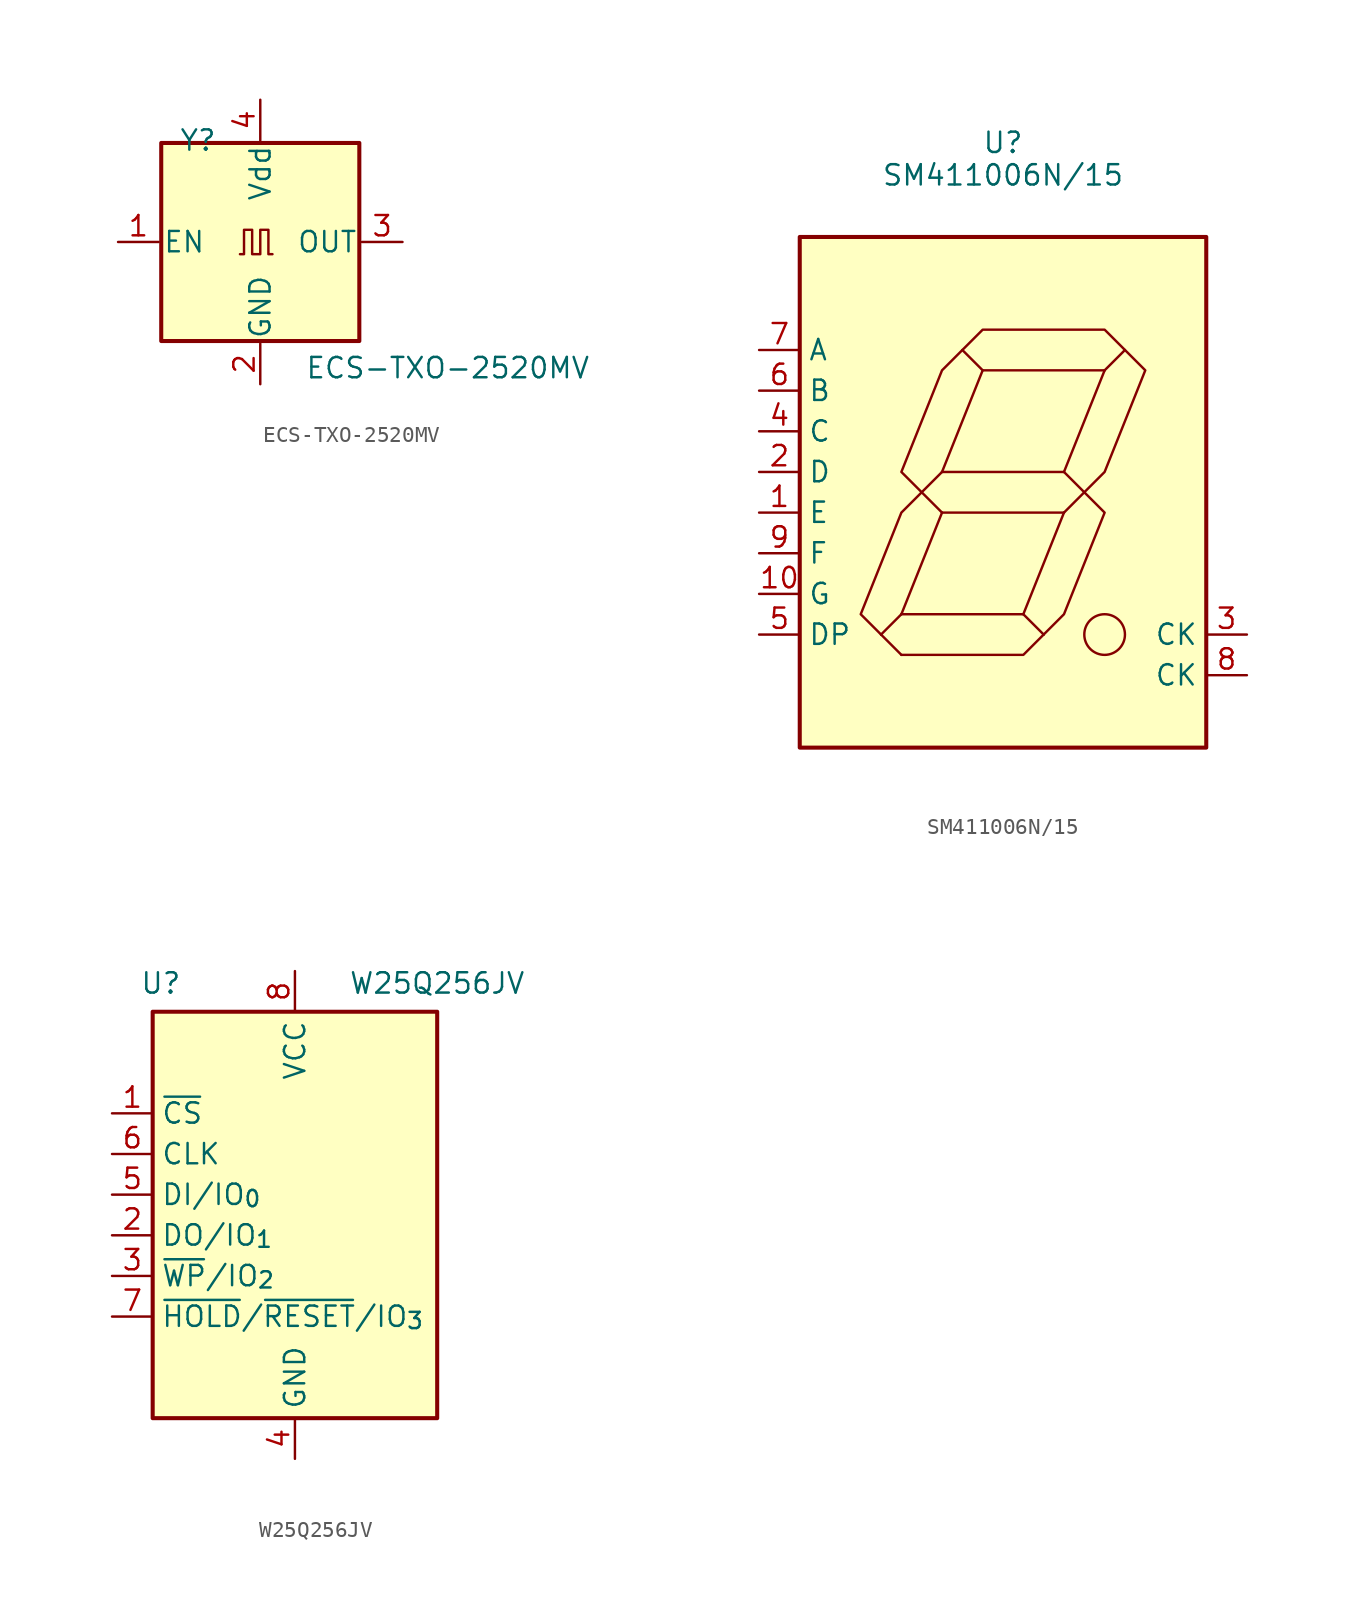
<source format=kicad_sym>
(kicad_symbol_lib
  (version 20241209)
  (generator "kicad_symbol_editor")
  (generator_version "9.0")
  (symbol "ECS-TXO-2520MV"
    (pin_names
      (offset 0.254))
    (property "Reference" "Y"
      (at -5.08 6.35 0)
      (effects (font (size 1.27 1.27)) (justify left)))
    (property "Value" "ECS-TXO-2520MV"
      (at 2.794 -7.874 0)
      (effects (font (size 1.27 1.27)) (justify left)))
    (symbol "ECS-TXO-2520MV_0_1"
      (rectangle (start -6.191 6.191) (end 6.191 -6.191) (stroke (width 0.254) (type default)) (fill (type background)))
      (polyline (pts (xy -1.27 -0.762) (xy -1.016 -0.762) (xy -1.016 0.762) (xy -0.508 0.762) (xy -0.508 -0.762) (xy 0 -0.762) (xy 0 0.762) (xy 0.508 0.762) (xy 0.508 -0.762) (xy 0.762 -0.762)) (stroke (width 0) (type default)) (fill (type none))))
    (symbol "ECS-TXO-2520MV_1_1"
      (pin input line (at -8.89 0 0) (length 2.54) (name "EN" (effects (font (size 1.27 1.27)))) (number "1" (effects (font (size 1.27 1.27)))))
      (pin power_in line (at 0 8.89 270) (length 2.54) (name "Vdd" (effects (font (size 1.27 1.27)))) (number "4" (effects (font (size 1.27 1.27)))))
      (pin power_in line (at 0 -8.89 90) (length 2.54) (name "GND" (effects (font (size 1.27 1.27)))) (number "2" (effects (font (size 1.27 1.27)))))
      (pin output line (at 8.89 0 180) (length 2.54) (name "OUT" (effects (font (size 1.27 1.27)))) (number "3" (effects (font (size 1.27 1.27)))))))
  (symbol "SM411006N/15"
    (property "Reference" "U"
      (at 0 21.844 0)
      (effects (font (size 1.27 1.27))))
    (property "Value" "SM411006N/15"
      (at 0 19.812 0)
      (effects (font (size 1.27 1.27))))
    (symbol "SM411006N/15_0_1"
      (polyline (pts (xy -7.62 -8.89) (xy -6.35 -7.62)) (stroke (width 0) (type default)) (fill (type none)))
      (polyline (pts (xy -7.62 -8.89) (xy -6.35 -10.16)) (stroke (width 0) (type default)) (fill (type none)))
      (polyline (pts (xy -6.35 -7.62) (xy -3.81 -1.27)) (stroke (width 0) (type default)) (fill (type none)))
      (polyline (pts (xy -6.35 -7.62) (xy 1.27 -7.62)) (stroke (width 0) (type default)) (fill (type none)))
      (polyline (pts (xy -6.35 -10.16) (xy 1.27 -10.16) (xy 2.54 -8.89)) (stroke (width 0) (type default)) (fill (type none)))
      (polyline (pts (xy -5.08 0) (xy -6.35 -1.27) (xy -8.89 -7.62) (xy -7.62 -8.89)) (stroke (width 0) (type default)) (fill (type none)))
      (polyline (pts (xy -3.81 1.27) (xy -5.08 0)) (stroke (width 0) (type default)) (fill (type none)))
      (polyline (pts (xy -3.81 1.27) (xy 3.81 1.27)) (stroke (width 0) (type default)) (fill (type none)))
      (polyline (pts (xy -3.81 -1.27) (xy -5.08 0)) (stroke (width 0) (type default)) (fill (type none)))
      (polyline (pts (xy -3.81 -1.27) (xy 3.81 -1.27)) (stroke (width 0) (type default)) (fill (type none)))
      (polyline (pts (xy -2.54 8.89) (xy -3.81 7.62) (xy -6.35 1.27) (xy -5.08 0)) (stroke (width 0) (type default)) (fill (type none)))
      (polyline (pts (xy 1.27 -7.62) (xy 2.54 -8.89)) (stroke (width 0) (type default)) (fill (type none)))
      (polyline (pts (xy 2.54 -8.89) (xy 3.81 -7.62) (xy 6.35 -1.27) (xy 5.08 0)) (stroke (width 0) (type default)) (fill (type none)))
      (polyline (pts (xy 3.81 1.27) (xy 5.08 0)) (stroke (width 0) (type default)) (fill (type none)))
      (polyline (pts (xy 3.81 -1.27) (xy 1.27 -7.62)) (stroke (width 0) (type default)) (fill (type none)))
      (polyline (pts (xy 5.08 0) (xy 3.81 -1.27)) (stroke (width 0) (type default)) (fill (type none)))
      (polyline (pts (xy 5.08 0) (xy 6.35 1.27) (xy 8.89 7.62) (xy 7.62 8.89)) (stroke (width 0) (type default)) (fill (type none)))
      (polyline (pts (xy 6.35 7.62) (xy 3.81 1.27)) (stroke (width 0) (type default)) (fill (type none)))
      (polyline (pts (xy 6.35 7.62) (xy -1.27 7.62) (xy -3.81 1.27)) (stroke (width 0) (type default)) (fill (type none)))
      (polyline (pts (xy 6.35 7.62) (xy 7.62 8.89) (xy 6.35 10.16) (xy -1.27 10.16) (xy -2.54 8.89) (xy -1.27 7.62)) (stroke (width 0) (type default)) (fill (type none)))
      (circle (center 6.35 -8.89) (radius 1.27) (stroke (width 0) (type default)) (fill (type none))))
    (symbol "SM411006N/15_1_1"
      (rectangle (start -12.7 15.954) (end 12.7 -15.954) (stroke (width 0.254) (type solid)) (fill (type color) (color 255 255 194 1)))
      (pin input line (at -15.24 8.89 0) (length 2.54) (name "A" (effects (font (size 1.27 1.27)))) (number "7" (effects (font (size 1.27 1.27)))))
      (pin input line (at -15.24 6.35 0) (length 2.54) (name "B" (effects (font (size 1.27 1.27)))) (number "6" (effects (font (size 1.27 1.27)))))
      (pin input line (at -15.24 3.81 0) (length 2.54) (name "C" (effects (font (size 1.27 1.27)))) (number "4" (effects (font (size 1.27 1.27)))))
      (pin input line (at -15.24 1.27 0) (length 2.54) (name "D" (effects (font (size 1.27 1.27)))) (number "2" (effects (font (size 1.27 1.27)))))
      (pin input line (at -15.24 -1.27 0) (length 2.54) (name "E" (effects (font (size 1.27 1.27)))) (number "1" (effects (font (size 1.27 1.27)))))
      (pin input line (at -15.24 -3.81 0) (length 2.54) (name "F" (effects (font (size 1.27 1.27)))) (number "9" (effects (font (size 1.27 1.27)))))
      (pin input line (at -15.24 -6.35 0) (length 2.54) (name "G" (effects (font (size 1.27 1.27)))) (number "10" (effects (font (size 1.27 1.27)))))
      (pin input line (at -15.24 -8.89 0) (length 2.54) (name "DP" (effects (font (size 1.27 1.27)))) (number "5" (effects (font (size 1.27 1.27)))))
      (pin input line (at 15.24 -8.89 180) (length 2.54) (name "CK" (effects (font (size 1.27 1.27)))) (number "3" (effects (font (size 1.27 1.27)))))
      (pin input line (at 15.24 -11.43 180) (length 2.54) (name "CK" (effects (font (size 1.27 1.27)))) (number "8" (effects (font (size 1.27 1.27)))))))
  (symbol "W25Q256JV"
    (property "Reference" "U"
      (at -8.382 14.478 0)
      (effects (font (size 1.27 1.27))))
    (property "Value" "W25Q256JV"
      (at 8.89 14.478 0)
      (effects (font (size 1.27 1.27))))
    (symbol "W25Q256JV_0_1"
      (rectangle (start -8.89 12.7) (end 8.89 -12.7) (stroke (width 0.254) (type default)) (fill (type background))))
    (symbol "W25Q256JV_1_1"
      (pin input line (at -11.43 6.35 0) (length 2.54) (name "~{CS}" (effects (font (size 1.27 1.27)))) (number "1" (effects (font (size 1.27 1.27)))))
      (pin input line (at -11.43 3.81 0) (length 2.54) (name "CLK" (effects (font (size 1.27 1.27)))) (number "6" (effects (font (size 1.27 1.27)))))
      (pin bidirectional line (at -11.43 1.27 0) (length 2.54) (name "DI/IO_{0}" (effects (font (size 1.27 1.27)))) (number "5" (effects (font (size 1.27 1.27)))))
      (pin bidirectional line (at -11.43 -1.27 0) (length 2.54) (name "DO/IO_{1}" (effects (font (size 1.27 1.27)))) (number "2" (effects (font (size 1.27 1.27)))))
      (pin bidirectional line (at -11.43 -3.81 0) (length 2.54) (name "~{WP}/IO_{2}" (effects (font (size 1.27 1.27)))) (number "3" (effects (font (size 1.27 1.27)))))
      (pin bidirectional line (at -11.43 -6.35 0) (length 2.54) (name "~{HOLD}/~{RESET}/IO_{3}" (effects (font (size 1.27 1.27)))) (number "7" (effects (font (size 1.27 1.27)))))
      (pin power_in line (at 0 15.24 270) (length 2.54) (name "VCC" (effects (font (size 1.27 1.27)))) (number "8" (effects (font (size 1.27 1.27)))))
      (pin power_in line (at 0 -15.24 90) (length 2.54) (name "GND" (effects (font (size 1.27 1.27)))) (number "4" (effects (font (size 1.27 1.27))))))))
</source>
